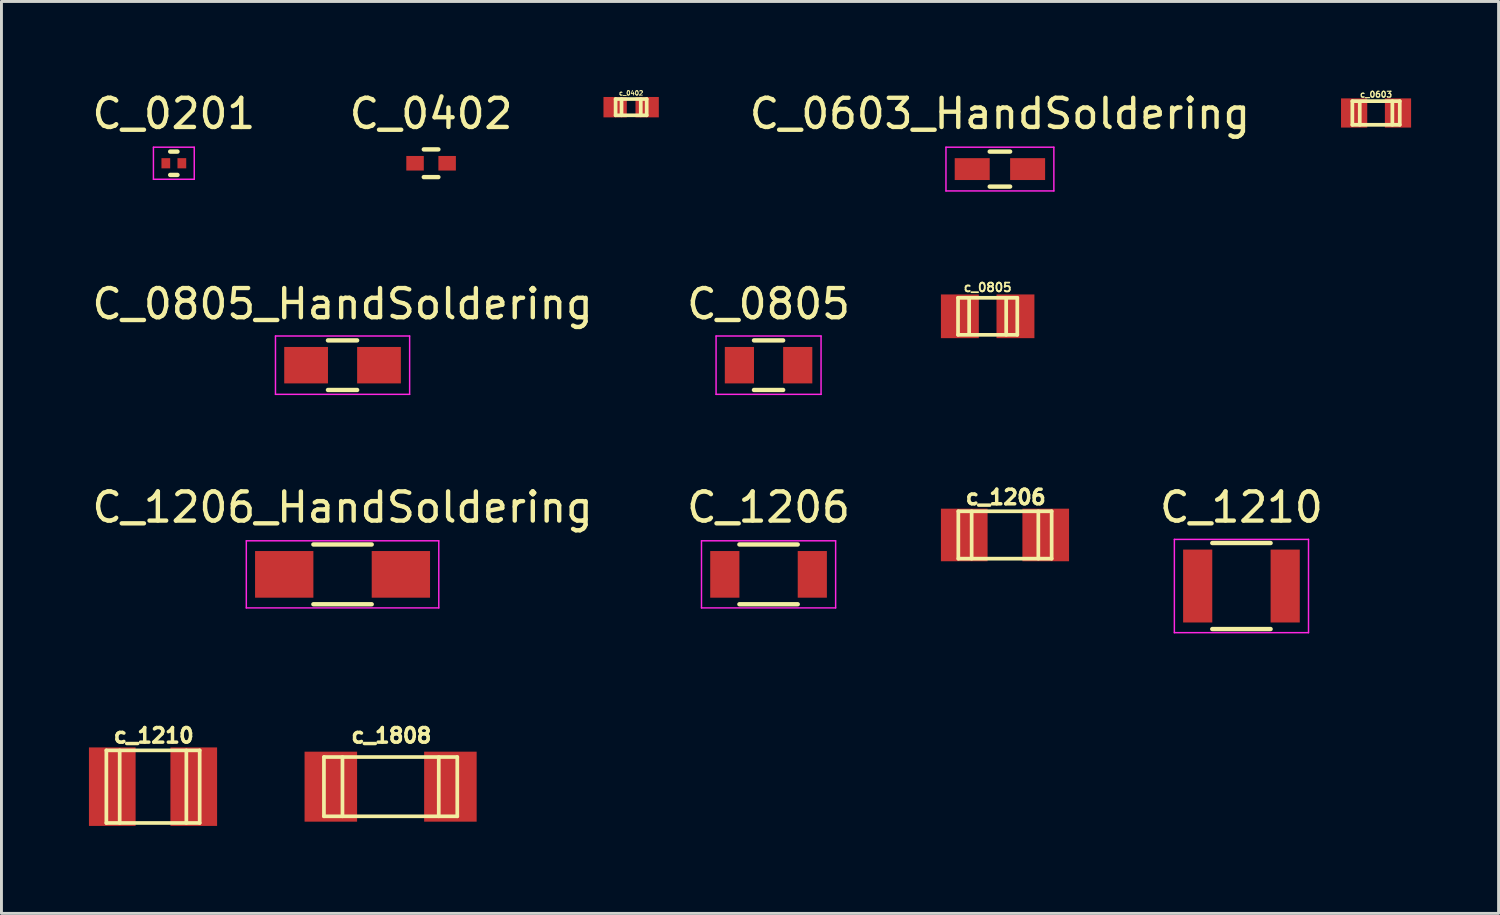
<source format=kicad_pcb>
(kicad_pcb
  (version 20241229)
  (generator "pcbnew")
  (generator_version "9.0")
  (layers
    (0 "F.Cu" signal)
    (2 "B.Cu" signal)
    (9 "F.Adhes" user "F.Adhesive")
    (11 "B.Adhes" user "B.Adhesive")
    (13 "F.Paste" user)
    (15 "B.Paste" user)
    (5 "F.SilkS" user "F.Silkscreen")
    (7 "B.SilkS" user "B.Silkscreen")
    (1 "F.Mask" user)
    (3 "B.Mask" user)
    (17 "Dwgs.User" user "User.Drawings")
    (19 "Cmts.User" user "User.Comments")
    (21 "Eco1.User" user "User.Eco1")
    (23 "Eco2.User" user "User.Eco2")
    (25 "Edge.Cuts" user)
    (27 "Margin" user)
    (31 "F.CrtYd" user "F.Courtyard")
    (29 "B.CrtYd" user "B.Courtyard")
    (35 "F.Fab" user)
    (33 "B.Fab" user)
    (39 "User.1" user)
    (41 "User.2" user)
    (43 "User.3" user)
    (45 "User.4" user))
  (footprint "C_0805"
    (layer "F.Cu")
    (at 23.304 9.472)
    (property "Reference" "C_0805" (at 0 -2.1 0) (layer "F.SilkS") (effects (font (size 1 1) (thickness 0.15))))
    (attr smd)
    (fp_line (start -0.5 0.85) (end 0.5 0.85) (stroke (width 0.15) (type solid)) (layer "F.SilkS"))
    (fp_line (start 0.5 -0.85) (end -0.5 -0.85) (stroke (width 0.15) (type solid)) (layer "F.SilkS"))
    (fp_line (start -1.8 -1) (end -1.8 1) (stroke (width 0.05) (type solid)) (layer "F.CrtYd"))
    (fp_line (start -1.8 -1) (end 1.8 -1) (stroke (width 0.05) (type solid)) (layer "F.CrtYd"))
    (fp_line (start -1.8 1) (end 1.8 1) (stroke (width 0.05) (type solid)) (layer "F.CrtYd"))
    (fp_line (start 1.8 -1) (end 1.8 1) (stroke (width 0.05) (type solid)) (layer "F.CrtYd"))
    (pad "1" smd rect (at -1 0) (size 1 1.25) (layers "F.Cu" "F.Mask" "F.Paste"))
    (pad "2" smd rect (at 1 0) (size 1 1.25) (layers "F.Cu" "F.Mask" "F.Paste")))
  (footprint "C_1210"
    (layer "F.Cu")
    (at 39.519 17.045)
    (property "Reference" "C_1210" (at 0 -2.7 0) (layer "F.SilkS") (effects (font (size 1 1) (thickness 0.15))))
    (attr smd)
    (fp_line (start -1 1.475) (end 1 1.475) (stroke (width 0.15) (type solid)) (layer "F.SilkS"))
    (fp_line (start 1 -1.475) (end -1 -1.475) (stroke (width 0.15) (type solid)) (layer "F.SilkS"))
    (fp_line (start -2.3 -1.6) (end -2.3 1.6) (stroke (width 0.05) (type solid)) (layer "F.CrtYd"))
    (fp_line (start -2.3 -1.6) (end 2.3 -1.6) (stroke (width 0.05) (type solid)) (layer "F.CrtYd"))
    (fp_line (start -2.3 1.6) (end 2.3 1.6) (stroke (width 0.05) (type solid)) (layer "F.CrtYd"))
    (fp_line (start 2.3 -1.6) (end 2.3 1.6) (stroke (width 0.05) (type solid)) (layer "F.CrtYd"))
    (pad "1" smd rect (at -1.5 0) (size 1 2.5) (layers "F.Cu" "F.Mask" "F.Paste"))
    (pad "2" smd rect (at 1.5 0) (size 1 2.5) (layers "F.Cu" "F.Mask" "F.Paste")))
  (footprint "C_0402"
    (layer "F.Cu")
    (at 11.732 2.548)
    (property "Reference" "C_0402" (at 0 -1.7 0) (layer "F.SilkS") (effects (font (size 1 1) (thickness 0.15))))
    (attr smd)
    (fp_line (start -0.25 0.475) (end 0.25 0.475) (stroke (width 0.15) (type solid)) (layer "F.SilkS"))
    (fp_line (start 0.25 -0.475) (end -0.25 -0.475) (stroke (width 0.15) (type solid)) (layer "F.SilkS"))
    (pad "1" smd rect (at -0.55 0) (size 0.6 0.5) (layers "F.Cu" "F.Mask" "F.Paste"))
    (pad "2" smd rect (at 0.55 0) (size 0.6 0.5) (layers "F.Cu" "F.Mask" "F.Paste")))
  (footprint "C_1206_HandSoldering"
    (layer "F.Cu")
    (at 8.696 16.645)
    (property "Reference" "C_1206_HandSoldering" (at 0 -2.3 0) (layer "F.SilkS") (effects (font (size 1 1) (thickness 0.15))))
    (attr smd)
    (fp_line (start -1 1.025) (end 1 1.025) (stroke (width 0.15) (type solid)) (layer "F.SilkS"))
    (fp_line (start 1 -1.025) (end -1 -1.025) (stroke (width 0.15) (type solid)) (layer "F.SilkS"))
    (fp_line (start -3.3 -1.15) (end -3.3 1.15) (stroke (width 0.05) (type solid)) (layer "F.CrtYd"))
    (fp_line (start -3.3 -1.15) (end 3.3 -1.15) (stroke (width 0.05) (type solid)) (layer "F.CrtYd"))
    (fp_line (start -3.3 1.15) (end 3.3 1.15) (stroke (width 0.05) (type solid)) (layer "F.CrtYd"))
    (fp_line (start 3.3 -1.15) (end 3.3 1.15) (stroke (width 0.05) (type solid)) (layer "F.CrtYd"))
    (pad "1" smd rect (at -2 0) (size 2 1.6) (layers "F.Cu" "F.Mask" "F.Paste"))
    (pad "2" smd rect (at 2 0) (size 2 1.6) (layers "F.Cu" "F.Mask" "F.Paste")))
  (footprint "C_1206"
    (layer "F.Cu")
    (at 23.304 16.645)
    (property "Reference" "C_1206" (at 0 -2.3 0) (layer "F.SilkS") (effects (font (size 1 1) (thickness 0.15))))
    (attr smd)
    (fp_line (start -1 1.025) (end 1 1.025) (stroke (width 0.15) (type solid)) (layer "F.SilkS"))
    (fp_line (start 1 -1.025) (end -1 -1.025) (stroke (width 0.15) (type solid)) (layer "F.SilkS"))
    (fp_line (start -2.3 -1.15) (end -2.3 1.15) (stroke (width 0.05) (type solid)) (layer "F.CrtYd"))
    (fp_line (start -2.3 -1.15) (end 2.3 -1.15) (stroke (width 0.05) (type solid)) (layer "F.CrtYd"))
    (fp_line (start -2.3 1.15) (end 2.3 1.15) (stroke (width 0.05) (type solid)) (layer "F.CrtYd"))
    (fp_line (start 2.3 -1.15) (end 2.3 1.15) (stroke (width 0.05) (type solid)) (layer "F.CrtYd"))
    (pad "1" smd rect (at -1.5 0) (size 1 1.6) (layers "F.Cu" "F.Mask" "F.Paste"))
    (pad "2" smd rect (at 1.5 0) (size 1 1.6) (layers "F.Cu" "F.Mask" "F.Paste")))
  (footprint "c_0603"
    (layer "F.Cu")
    (at 44.135 0.824)
    (property "Reference" "c_0603" (at 0 -0.635 0) (layer "F.SilkS") (effects (font (size 0.201 0.201) (thickness 0.041))))
    (attr through_hole)
    (fp_line (start -0.813 -0.406) (end 0.813 -0.406) (stroke (width 0.127) (type solid)) (layer "F.SilkS"))
    (fp_line (start -0.813 0.406) (end -0.813 -0.406) (stroke (width 0.127) (type solid)) (layer "F.SilkS"))
    (fp_line (start -0.559 -0.381) (end -0.559 0.406) (stroke (width 0.127) (type solid)) (layer "F.SilkS"))
    (fp_line (start 0.559 0.406) (end 0.559 -0.406) (stroke (width 0.127) (type solid)) (layer "F.SilkS"))
    (fp_line (start 0.813 -0.406) (end 0.813 0.406) (stroke (width 0.127) (type solid)) (layer "F.SilkS"))
    (fp_line (start 0.813 0.406) (end -0.813 0.406) (stroke (width 0.127) (type solid)) (layer "F.SilkS"))
    (pad "1" smd rect (at 0.752 0) (size 0.899 1.001) (layers "F.Cu" "F.Mask" "F.Paste"))
    (pad "2" smd rect (at -0.752 0) (size 0.899 1.001) (layers "F.Cu" "F.Mask" "F.Paste")))
  (footprint "c_1206"
    (layer "F.Cu")
    (at 31.411 15.294)
    (property "Reference" "c_1206" (at 0.025 -1.295 0) (layer "F.SilkS") (effects (font (size 0.5 0.5) (thickness 0.119))))
    (attr through_hole)
    (fp_line (start -1.6 -0.813) (end -1.6 0.813) (stroke (width 0.127) (type solid)) (layer "F.SilkS"))
    (fp_line (start -1.6 0.813) (end 1.6 0.813) (stroke (width 0.127) (type solid)) (layer "F.SilkS"))
    (fp_line (start -1.143 -0.813) (end -1.143 0.813) (stroke (width 0.127) (type solid)) (layer "F.SilkS"))
    (fp_line (start 1.143 0.813) (end 1.143 -0.813) (stroke (width 0.127) (type solid)) (layer "F.SilkS"))
    (fp_line (start 1.6 -0.813) (end -1.6 -0.813) (stroke (width 0.127) (type solid)) (layer "F.SilkS"))
    (fp_line (start 1.6 0.813) (end 1.6 -0.813) (stroke (width 0.127) (type solid)) (layer "F.SilkS"))
    (pad "1" smd rect (at 1.397 0) (size 1.6 1.803) (layers "F.Cu" "F.Mask" "F.Paste"))
    (pad "2" smd rect (at -1.397 0) (size 1.6 1.803) (layers "F.Cu" "F.Mask" "F.Paste")))
  (footprint "c_1210"
    (layer "F.Cu")
    (at 2.197 23.925)
    (property "Reference" "c_1210" (at 0.025 -1.753 0) (layer "F.SilkS") (effects (font (size 0.5 0.5) (thickness 0.119))))
    (attr through_hole)
    (fp_line (start -1.6 -1.245) (end -1.6 1.245) (stroke (width 0.127) (type solid)) (layer "F.SilkS"))
    (fp_line (start -1.6 1.245) (end 1.6 1.245) (stroke (width 0.127) (type solid)) (layer "F.SilkS"))
    (fp_line (start -1.143 1.245) (end -1.143 -1.245) (stroke (width 0.127) (type solid)) (layer "F.SilkS"))
    (fp_line (start 1.143 -1.245) (end 1.143 1.245) (stroke (width 0.127) (type solid)) (layer "F.SilkS"))
    (fp_line (start 1.6 -1.245) (end -1.6 -1.245) (stroke (width 0.127) (type solid)) (layer "F.SilkS"))
    (fp_line (start 1.6 1.245) (end 1.6 -1.245) (stroke (width 0.127) (type solid)) (layer "F.SilkS"))
    (pad "1" smd rect (at 1.397 0) (size 1.6 2.692) (layers "F.Cu" "F.Mask" "F.Paste"))
    (pad "2" smd rect (at -1.397 0) (size 1.6 2.692) (layers "F.Cu" "F.Mask" "F.Paste")))
  (footprint "C_0805_HandSoldering"
    (layer "F.Cu")
    (at 8.696 9.472)
    (property "Reference" "C_0805_HandSoldering" (at 0 -2.1 0) (layer "F.SilkS") (effects (font (size 1 1) (thickness 0.15))))
    (attr smd)
    (fp_line (start -0.5 0.85) (end 0.5 0.85) (stroke (width 0.15) (type solid)) (layer "F.SilkS"))
    (fp_line (start 0.5 -0.85) (end -0.5 -0.85) (stroke (width 0.15) (type solid)) (layer "F.SilkS"))
    (fp_line (start -2.3 -1) (end -2.3 1) (stroke (width 0.05) (type solid)) (layer "F.CrtYd"))
    (fp_line (start -2.3 -1) (end 2.3 -1) (stroke (width 0.05) (type solid)) (layer "F.CrtYd"))
    (fp_line (start -2.3 1) (end 2.3 1) (stroke (width 0.05) (type solid)) (layer "F.CrtYd"))
    (fp_line (start 2.3 -1) (end 2.3 1) (stroke (width 0.05) (type solid)) (layer "F.CrtYd"))
    (pad "1" smd rect (at -1.25 0) (size 1.5 1.25) (layers "F.Cu" "F.Mask" "F.Paste"))
    (pad "2" smd rect (at 1.25 0) (size 1.5 1.25) (layers "F.Cu" "F.Mask" "F.Paste")))
  (footprint "C_0603_HandSoldering"
    (layer "F.Cu")
    (at 31.237 2.748)
    (property "Reference" "C_0603_HandSoldering" (at 0 -1.9 0) (layer "F.SilkS") (effects (font (size 1 1) (thickness 0.15))))
    (attr smd)
    (fp_line (start -0.35 -0.6) (end 0.35 -0.6) (stroke (width 0.15) (type solid)) (layer "F.SilkS"))
    (fp_line (start 0.35 0.6) (end -0.35 0.6) (stroke (width 0.15) (type solid)) (layer "F.SilkS"))
    (fp_line (start -1.85 -0.75) (end -1.85 0.75) (stroke (width 0.05) (type solid)) (layer "F.CrtYd"))
    (fp_line (start -1.85 -0.75) (end 1.85 -0.75) (stroke (width 0.05) (type solid)) (layer "F.CrtYd"))
    (fp_line (start -1.85 0.75) (end 1.85 0.75) (stroke (width 0.05) (type solid)) (layer "F.CrtYd"))
    (fp_line (start 1.85 -0.75) (end 1.85 0.75) (stroke (width 0.05) (type solid)) (layer "F.CrtYd"))
    (pad "1" smd rect (at -0.95 0) (size 1.2 0.75) (layers "F.Cu" "F.Mask" "F.Paste"))
    (pad "2" smd rect (at 0.95 0) (size 1.2 0.75) (layers "F.Cu" "F.Mask" "F.Paste")))
  (footprint "c_0805"
    (layer "F.Cu")
    (at 30.817 7.796)
    (property "Reference" "c_0805" (at 0 -0.991 0) (layer "F.SilkS") (effects (font (size 0.3 0.3) (thickness 0.061))))
    (attr through_hole)
    (fp_line (start -1.016 -0.635) (end 1.016 -0.635) (stroke (width 0.127) (type solid)) (layer "F.SilkS"))
    (fp_line (start -1.016 0.635) (end -1.016 -0.635) (stroke (width 0.127) (type solid)) (layer "F.SilkS"))
    (fp_line (start -0.635 -0.635) (end -0.635 0.61) (stroke (width 0.127) (type solid)) (layer "F.SilkS"))
    (fp_line (start 0.635 -0.635) (end 0.635 0.635) (stroke (width 0.127) (type solid)) (layer "F.SilkS"))
    (fp_line (start 1.016 -0.635) (end 1.016 0.635) (stroke (width 0.127) (type solid)) (layer "F.SilkS"))
    (fp_line (start 1.016 0.635) (end -1.016 0.635) (stroke (width 0.127) (type solid)) (layer "F.SilkS"))
    (pad "1" smd rect (at 0.953 0) (size 1.3 1.499) (layers "F.Cu" "F.Mask" "F.Paste"))
    (pad "2" smd rect (at -0.953 0) (size 1.3 1.499) (layers "F.Cu" "F.Mask" "F.Paste")))
  (footprint "C_0201"
    (layer "F.Cu")
    (at 2.911 2.548)
    (property "Reference" "C_0201" (at 0 -1.7 0) (layer "F.SilkS") (effects (font (size 1 1) (thickness 0.15))))
    (attr smd)
    (fp_line (start -0.125 -0.4) (end 0.125 -0.4) (stroke (width 0.15) (type solid)) (layer "F.SilkS"))
    (fp_line (start 0.125 0.4) (end -0.125 0.4) (stroke (width 0.15) (type solid)) (layer "F.SilkS"))
    (fp_line (start -0.7 -0.55) (end -0.7 0.55) (stroke (width 0.05) (type solid)) (layer "F.CrtYd"))
    (fp_line (start -0.7 -0.55) (end 0.7 -0.55) (stroke (width 0.05) (type solid)) (layer "F.CrtYd"))
    (fp_line (start -0.7 0.55) (end 0.7 0.55) (stroke (width 0.05) (type solid)) (layer "F.CrtYd"))
    (fp_line (start 0.7 -0.55) (end 0.7 0.55) (stroke (width 0.05) (type solid)) (layer "F.CrtYd"))
    (pad "1" smd rect (at -0.275 0) (size 0.3 0.35) (layers "F.Cu" "F.Mask" "F.Paste"))
    (pad "2" smd rect (at 0.275 0) (size 0.3 0.35) (layers "F.Cu" "F.Mask" "F.Paste")))
  (footprint "c_1808"
    (layer "F.Cu")
    (at 10.344 23.925)
    (property "Reference" "c_1808" (at 0.025 -1.753 0) (layer "F.SilkS") (effects (font (size 0.5 0.5) (thickness 0.119))))
    (attr through_hole)
    (fp_line (start -2.286 -1.016) (end -2.286 1.016) (stroke (width 0.127) (type solid)) (layer "F.SilkS"))
    (fp_line (start -2.286 1.016) (end 2.286 1.016) (stroke (width 0.127) (type solid)) (layer "F.SilkS"))
    (fp_line (start -1.651 -1.016) (end -1.651 1.016) (stroke (width 0.127) (type solid)) (layer "F.SilkS"))
    (fp_line (start 1.651 -1.016) (end 1.651 1.016) (stroke (width 0.127) (type solid)) (layer "F.SilkS"))
    (fp_line (start 2.286 -1.016) (end -2.286 -1.016) (stroke (width 0.127) (type solid)) (layer "F.SilkS"))
    (fp_line (start 2.286 1.016) (end 2.286 -1.016) (stroke (width 0.127) (type solid)) (layer "F.SilkS"))
    (pad "1" smd rect (at 2.05 0) (size 1.801 2.4) (layers "F.Cu" "F.Mask" "F.Paste"))
    (pad "2" smd rect (at -2.05 0) (size 1.801 2.4) (layers "F.Cu" "F.Mask" "F.Paste")))
  (footprint "c_0402"
    (layer "F.Cu")
    (at 18.592 0.625)
    (property "Reference" "c_0402" (at 0 -0.483 0) (layer "F.SilkS") (effects (font (size 0.152 0.152) (thickness 0.03))))
    (attr through_hole)
    (fp_line (start -0.533 -0.279) (end -0.533 0.279) (stroke (width 0.127) (type solid)) (layer "F.SilkS"))
    (fp_line (start -0.533 0.279) (end 0.533 0.279) (stroke (width 0.127) (type solid)) (layer "F.SilkS"))
    (fp_line (start -0.33 -0.279) (end -0.33 0.279) (stroke (width 0.127) (type solid)) (layer "F.SilkS"))
    (fp_line (start 0.33 -0.279) (end 0.33 0.279) (stroke (width 0.127) (type solid)) (layer "F.SilkS"))
    (fp_line (start 0.533 -0.279) (end -0.533 -0.279) (stroke (width 0.127) (type solid)) (layer "F.SilkS"))
    (fp_line (start 0.533 0.279) (end 0.533 -0.279) (stroke (width 0.127) (type solid)) (layer "F.SilkS"))
    (pad "1" smd rect (at 0.549 0) (size 0.8 0.699) (layers "F.Cu" "F.Mask" "F.Paste"))
    (pad "2" smd rect (at -0.549 0) (size 0.8 0.699) (layers "F.Cu" "F.Mask" "F.Paste")))
  (gr_rect
    (start -3 -3)
    (end 48.336 28.271)
    (stroke (width 0.1) (type default))
    (fill no)
    (layer "Edge.Cuts")))
</source>
